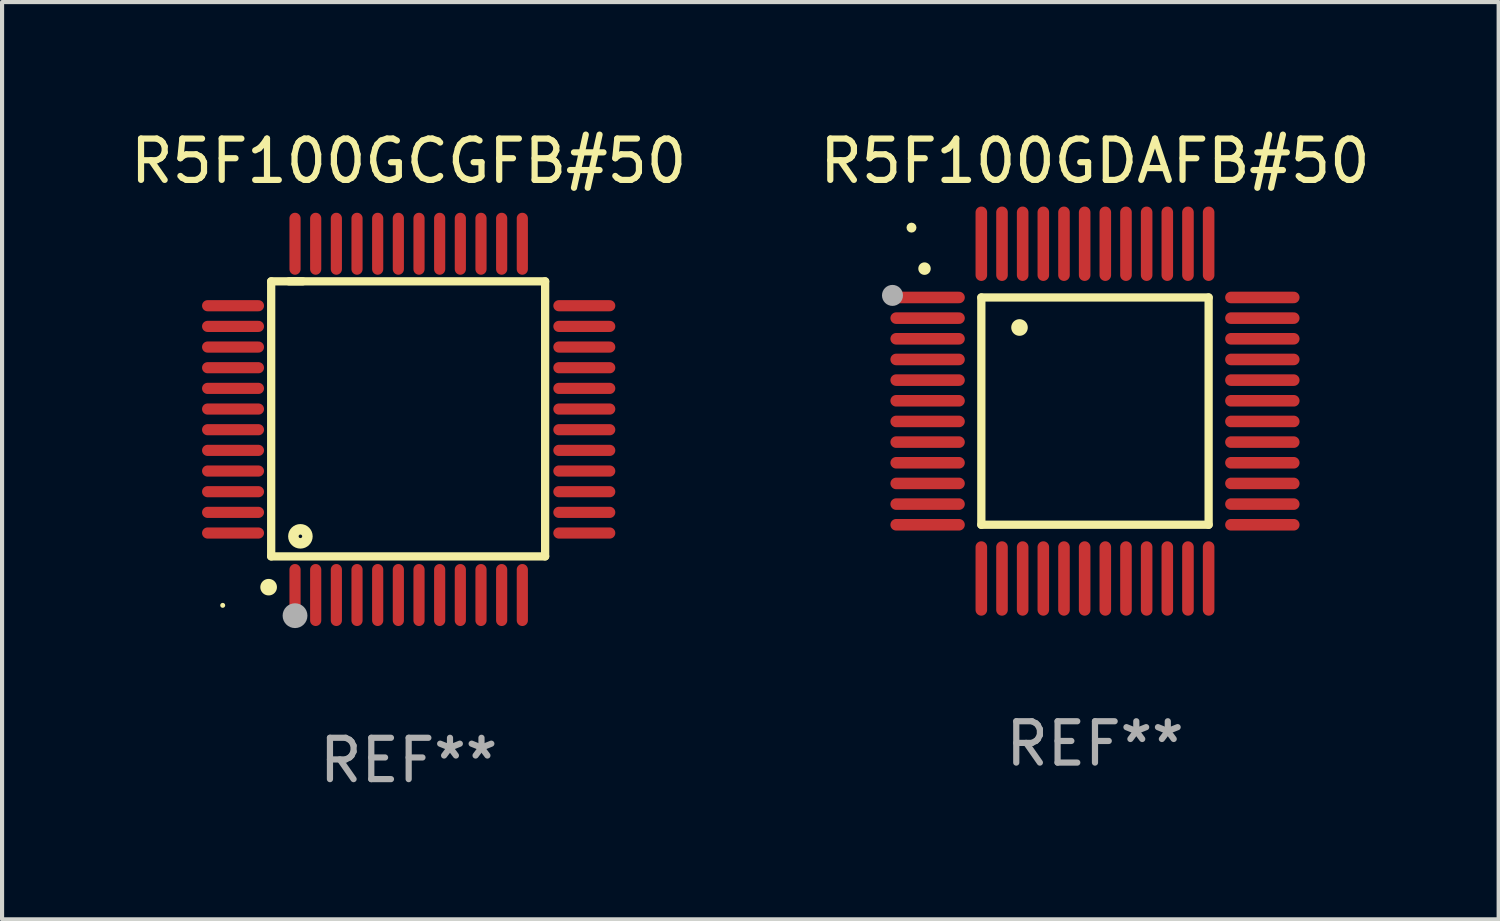
<source format=kicad_pcb>
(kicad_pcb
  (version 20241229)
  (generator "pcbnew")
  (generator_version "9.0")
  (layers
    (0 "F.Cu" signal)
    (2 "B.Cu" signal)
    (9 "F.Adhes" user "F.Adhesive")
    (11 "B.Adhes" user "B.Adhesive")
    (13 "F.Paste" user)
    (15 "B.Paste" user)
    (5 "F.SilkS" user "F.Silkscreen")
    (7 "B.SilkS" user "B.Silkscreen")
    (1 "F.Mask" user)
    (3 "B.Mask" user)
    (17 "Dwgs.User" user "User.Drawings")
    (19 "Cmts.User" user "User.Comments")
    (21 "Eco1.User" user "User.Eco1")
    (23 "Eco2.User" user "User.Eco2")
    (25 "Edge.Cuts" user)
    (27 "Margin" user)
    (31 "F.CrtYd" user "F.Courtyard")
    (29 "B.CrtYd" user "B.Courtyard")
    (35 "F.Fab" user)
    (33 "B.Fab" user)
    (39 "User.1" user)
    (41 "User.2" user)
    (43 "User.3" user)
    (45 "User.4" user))
  (footprint "R5F100GDAFB#50"
    (layer "F.Cu")
    (at 23.446 6.898)
    (property "Reference" "R5F100GDAFB#50" (at 0 -6.05 0) (layer "F.SilkS") (effects (font (size 1 1) (thickness 0.15))))
    (attr through_hole)
    (fp_line (start -2.75 -2.75) (end 2.75 -2.75) (stroke (width 0.2) (type solid)) (layer "F.SilkS"))
    (fp_line (start -2.75 2.75) (end -2.75 -2.75) (stroke (width 0.2) (type solid)) (layer "F.SilkS"))
    (fp_line (start 2.75 -2.75) (end 2.75 2.75) (stroke (width 0.2) (type solid)) (layer "F.SilkS"))
    (fp_line (start 2.75 2.75) (end -2.75 2.75) (stroke (width 0.2) (type solid)) (layer "F.SilkS"))
    (fp_arc (start -4.124968 -3.446787) (mid -4.124973 -3.448057) (end -4.124968 -3.449327) (stroke (width 0.3) (type solid)) (layer "F.SilkS"))
    (fp_arc (start -1.826264 -2.021844) (mid -1.826268 -2.023114) (end -1.826264 -2.024384) (stroke (width 0.4) (type solid)) (layer "F.SilkS"))
    (fp_circle (center -4.44 -4.44) (end -4.38 -4.44) (stroke (width 0.12) (type solid)) (fill no) (layer "F.SilkS"))
    (fp_circle (center -4.9 -2.8) (end -4.773 -2.8) (stroke (width 0.254) (type solid)) (fill no) (layer "F.Fab"))
    (fp_text user "REF**" (at 0 8.05 0) (layer "F.Fab") (effects (font (size 1 1) (thickness 0.15))))
    (pad "1" smd oval (at -4.05 -2.75 90) (size 0.28 1.8) (layers "F.Cu" "F.Mask" "F.Paste"))
    (pad "2" smd oval (at -4.05 -2.25 90) (size 0.28 1.8) (layers "F.Cu" "F.Mask" "F.Paste"))
    (pad "3" smd oval (at -4.05 -1.75 90) (size 0.28 1.8) (layers "F.Cu" "F.Mask" "F.Paste"))
    (pad "4" smd oval (at -4.05 -1.25 90) (size 0.28 1.8) (layers "F.Cu" "F.Mask" "F.Paste"))
    (pad "5" smd oval (at -4.05 -0.75 90) (size 0.28 1.8) (layers "F.Cu" "F.Mask" "F.Paste"))
    (pad "6" smd oval (at -4.05 -0.25 90) (size 0.28 1.8) (layers "F.Cu" "F.Mask" "F.Paste"))
    (pad "7" smd oval (at -4.05 0.25 90) (size 0.28 1.8) (layers "F.Cu" "F.Mask" "F.Paste"))
    (pad "8" smd oval (at -4.05 0.75 90) (size 0.28 1.8) (layers "F.Cu" "F.Mask" "F.Paste"))
    (pad "9" smd oval (at -4.05 1.25 90) (size 0.28 1.8) (layers "F.Cu" "F.Mask" "F.Paste"))
    (pad "10" smd oval (at -4.05 1.75 90) (size 0.28 1.8) (layers "F.Cu" "F.Mask" "F.Paste"))
    (pad "11" smd oval (at -4.05 2.25 90) (size 0.28 1.8) (layers "F.Cu" "F.Mask" "F.Paste"))
    (pad "12" smd oval (at -4.05 2.75 90) (size 0.28 1.8) (layers "F.Cu" "F.Mask" "F.Paste"))
    (pad "13" smd oval (at -2.75 4.05) (size 0.28 1.8) (layers "F.Cu" "F.Mask" "F.Paste"))
    (pad "14" smd oval (at -2.25 4.05) (size 0.28 1.8) (layers "F.Cu" "F.Mask" "F.Paste"))
    (pad "15" smd oval (at -1.75 4.05) (size 0.28 1.8) (layers "F.Cu" "F.Mask" "F.Paste"))
    (pad "16" smd oval (at -1.25 4.05) (size 0.28 1.8) (layers "F.Cu" "F.Mask" "F.Paste"))
    (pad "17" smd oval (at -0.75 4.05) (size 0.28 1.8) (layers "F.Cu" "F.Mask" "F.Paste"))
    (pad "18" smd oval (at -0.25 4.05) (size 0.28 1.8) (layers "F.Cu" "F.Mask" "F.Paste"))
    (pad "19" smd oval (at 0.25 4.05) (size 0.28 1.8) (layers "F.Cu" "F.Mask" "F.Paste"))
    (pad "20" smd oval (at 0.75 4.05) (size 0.28 1.8) (layers "F.Cu" "F.Mask" "F.Paste"))
    (pad "21" smd oval (at 1.25 4.05) (size 0.28 1.8) (layers "F.Cu" "F.Mask" "F.Paste"))
    (pad "22" smd oval (at 1.75 4.05) (size 0.28 1.8) (layers "F.Cu" "F.Mask" "F.Paste"))
    (pad "23" smd oval (at 2.25 4.05) (size 0.28 1.8) (layers "F.Cu" "F.Mask" "F.Paste"))
    (pad "24" smd oval (at 2.75 4.05) (size 0.28 1.8) (layers "F.Cu" "F.Mask" "F.Paste"))
    (pad "25" smd oval (at 4.05 2.75 90) (size 0.28 1.8) (layers "F.Cu" "F.Mask" "F.Paste"))
    (pad "26" smd oval (at 4.05 2.25 90) (size 0.28 1.8) (layers "F.Cu" "F.Mask" "F.Paste"))
    (pad "27" smd oval (at 4.05 1.75 90) (size 0.28 1.8) (layers "F.Cu" "F.Mask" "F.Paste"))
    (pad "28" smd oval (at 4.05 1.25 90) (size 0.28 1.8) (layers "F.Cu" "F.Mask" "F.Paste"))
    (pad "29" smd oval (at 4.05 0.75 90) (size 0.28 1.8) (layers "F.Cu" "F.Mask" "F.Paste"))
    (pad "30" smd oval (at 4.05 0.25 90) (size 0.28 1.8) (layers "F.Cu" "F.Mask" "F.Paste"))
    (pad "31" smd oval (at 4.05 -0.25 90) (size 0.28 1.8) (layers "F.Cu" "F.Mask" "F.Paste"))
    (pad "32" smd oval (at 4.05 -0.75 90) (size 0.28 1.8) (layers "F.Cu" "F.Mask" "F.Paste"))
    (pad "33" smd oval (at 4.05 -1.25 90) (size 0.28 1.8) (layers "F.Cu" "F.Mask" "F.Paste"))
    (pad "34" smd oval (at 4.05 -1.75 90) (size 0.28 1.8) (layers "F.Cu" "F.Mask" "F.Paste"))
    (pad "35" smd oval (at 4.05 -2.25 90) (size 0.28 1.8) (layers "F.Cu" "F.Mask" "F.Paste"))
    (pad "36" smd oval (at 4.05 -2.75 90) (size 0.28 1.8) (layers "F.Cu" "F.Mask" "F.Paste"))
    (pad "37" smd oval (at 2.75 -4.05) (size 0.28 1.8) (layers "F.Cu" "F.Mask" "F.Paste"))
    (pad "38" smd oval (at 2.25 -4.05) (size 0.28 1.8) (layers "F.Cu" "F.Mask" "F.Paste"))
    (pad "39" smd oval (at 1.75 -4.05) (size 0.28 1.8) (layers "F.Cu" "F.Mask" "F.Paste"))
    (pad "40" smd oval (at 1.25 -4.05) (size 0.28 1.8) (layers "F.Cu" "F.Mask" "F.Paste"))
    (pad "41" smd oval (at 0.75 -4.05) (size 0.28 1.8) (layers "F.Cu" "F.Mask" "F.Paste"))
    (pad "42" smd oval (at 0.25 -4.05) (size 0.28 1.8) (layers "F.Cu" "F.Mask" "F.Paste"))
    (pad "43" smd oval (at -0.25 -4.05) (size 0.28 1.8) (layers "F.Cu" "F.Mask" "F.Paste"))
    (pad "44" smd oval (at -0.75 -4.05) (size 0.28 1.8) (layers "F.Cu" "F.Mask" "F.Paste"))
    (pad "45" smd oval (at -1.25 -4.05) (size 0.28 1.8) (layers "F.Cu" "F.Mask" "F.Paste"))
    (pad "46" smd oval (at -1.75 -4.05) (size 0.28 1.8) (layers "F.Cu" "F.Mask" "F.Paste"))
    (pad "47" smd oval (at -2.25 -4.05) (size 0.28 1.8) (layers "F.Cu" "F.Mask" "F.Paste"))
    (pad "48" smd oval (at -2.75 -4.05) (size 0.28 1.8) (layers "F.Cu" "F.Mask" "F.Paste")))
  (footprint "R5F100GCGFB#50"
    (layer "F.Cu")
    (at 6.839 7.098)
    (property "Reference" "R5F100GCGFB#50" (at 0 -6.25 0) (layer "F.SilkS") (effects (font (size 1 1) (thickness 0.15))))
    (attr through_hole)
    (fp_line (start -3.327 -3.34) (end -2.565 -3.34) (stroke (width 0.2) (type solid)) (layer "F.SilkS"))
    (fp_line (start -3.327 3.315) (end -3.327 -3.34) (stroke (width 0.2) (type solid)) (layer "F.SilkS"))
    (fp_line (start -2.896 -3.34) (end 3.302 -3.34) (stroke (width 0.2) (type solid)) (layer "F.SilkS"))
    (fp_line (start 3.302 -3.34) (end 3.302 3.315) (stroke (width 0.2) (type solid)) (layer "F.SilkS"))
    (fp_line (start 3.302 3.315) (end -3.327 3.315) (stroke (width 0.2) (type solid)) (layer "F.SilkS"))
    (fp_arc (start -3.389992 4.059995) (mid -3.388722 4.059991) (end -3.387452 4.059995) (stroke (width 0.4) (type solid)) (layer "F.SilkS"))
    (fp_circle (center -4.5 4.5) (end -4.47 4.5) (stroke (width 0.06) (type solid)) (fill no) (layer "F.SilkS"))
    (fp_circle (center -2.62 2.83) (end -2.45 2.83) (stroke (width 0.254) (type solid)) (fill no) (layer "F.SilkS"))
    (fp_circle (center -2.75 4.75) (end -2.6 4.75) (stroke (width 0.3) (type solid)) (fill no) (layer "F.Fab"))
    (fp_text user "REF**" (at 0 8.25 0) (layer "F.Fab") (effects (font (size 1 1) (thickness 0.15))))
    (pad "1" smd oval (at -2.75 4.25) (size 0.27 1.5) (layers "F.Cu" "F.Mask" "F.Paste"))
    (pad "2" smd oval (at -2.25 4.25) (size 0.27 1.5) (layers "F.Cu" "F.Mask" "F.Paste"))
    (pad "3" smd oval (at -1.75 4.25) (size 0.27 1.5) (layers "F.Cu" "F.Mask" "F.Paste"))
    (pad "4" smd oval (at -1.25 4.25) (size 0.27 1.5) (layers "F.Cu" "F.Mask" "F.Paste"))
    (pad "5" smd oval (at -0.75 4.25) (size 0.27 1.5) (layers "F.Cu" "F.Mask" "F.Paste"))
    (pad "6" smd oval (at -0.25 4.25) (size 0.27 1.5) (layers "F.Cu" "F.Mask" "F.Paste"))
    (pad "7" smd oval (at 0.25 4.25) (size 0.27 1.5) (layers "F.Cu" "F.Mask" "F.Paste"))
    (pad "8" smd oval (at 0.75 4.25) (size 0.27 1.5) (layers "F.Cu" "F.Mask" "F.Paste"))
    (pad "9" smd oval (at 1.25 4.25) (size 0.27 1.5) (layers "F.Cu" "F.Mask" "F.Paste"))
    (pad "10" smd oval (at 1.75 4.25) (size 0.27 1.5) (layers "F.Cu" "F.Mask" "F.Paste"))
    (pad "11" smd oval (at 2.25 4.25) (size 0.27 1.5) (layers "F.Cu" "F.Mask" "F.Paste"))
    (pad "12" smd oval (at 2.75 4.25) (size 0.27 1.5) (layers "F.Cu" "F.Mask" "F.Paste"))
    (pad "13" smd oval (at 4.25 2.75) (size 1.5 0.27) (layers "F.Cu" "F.Mask" "F.Paste"))
    (pad "14" smd oval (at 4.25 2.25) (size 1.5 0.27) (layers "F.Cu" "F.Mask" "F.Paste"))
    (pad "15" smd oval (at 4.25 1.75) (size 1.5 0.27) (layers "F.Cu" "F.Mask" "F.Paste"))
    (pad "16" smd oval (at 4.25 1.25) (size 1.5 0.27) (layers "F.Cu" "F.Mask" "F.Paste"))
    (pad "17" smd oval (at 4.25 0.75) (size 1.5 0.27) (layers "F.Cu" "F.Mask" "F.Paste"))
    (pad "18" smd oval (at 4.25 0.25) (size 1.5 0.27) (layers "F.Cu" "F.Mask" "F.Paste"))
    (pad "19" smd oval (at 4.25 -0.25) (size 1.5 0.27) (layers "F.Cu" "F.Mask" "F.Paste"))
    (pad "20" smd oval (at 4.25 -0.75) (size 1.5 0.27) (layers "F.Cu" "F.Mask" "F.Paste"))
    (pad "21" smd oval (at 4.25 -1.25) (size 1.5 0.27) (layers "F.Cu" "F.Mask" "F.Paste"))
    (pad "22" smd oval (at 4.25 -1.75) (size 1.5 0.27) (layers "F.Cu" "F.Mask" "F.Paste"))
    (pad "23" smd oval (at 4.25 -2.25) (size 1.5 0.27) (layers "F.Cu" "F.Mask" "F.Paste"))
    (pad "24" smd oval (at 4.25 -2.75) (size 1.5 0.27) (layers "F.Cu" "F.Mask" "F.Paste"))
    (pad "25" smd oval (at 2.75 -4.25) (size 0.27 1.5) (layers "F.Cu" "F.Mask" "F.Paste"))
    (pad "26" smd oval (at 2.25 -4.25) (size 0.27 1.5) (layers "F.Cu" "F.Mask" "F.Paste"))
    (pad "27" smd oval (at 1.75 -4.25) (size 0.27 1.5) (layers "F.Cu" "F.Mask" "F.Paste"))
    (pad "28" smd oval (at 1.25 -4.25) (size 0.27 1.5) (layers "F.Cu" "F.Mask" "F.Paste"))
    (pad "29" smd oval (at 0.75 -4.25) (size 0.27 1.5) (layers "F.Cu" "F.Mask" "F.Paste"))
    (pad "30" smd oval (at 0.25 -4.25) (size 0.27 1.5) (layers "F.Cu" "F.Mask" "F.Paste"))
    (pad "31" smd oval (at -0.25 -4.25) (size 0.27 1.5) (layers "F.Cu" "F.Mask" "F.Paste"))
    (pad "32" smd oval (at -0.75 -4.25) (size 0.27 1.5) (layers "F.Cu" "F.Mask" "F.Paste"))
    (pad "33" smd oval (at -1.25 -4.25) (size 0.27 1.5) (layers "F.Cu" "F.Mask" "F.Paste"))
    (pad "34" smd oval (at -1.75 -4.25) (size 0.27 1.5) (layers "F.Cu" "F.Mask" "F.Paste"))
    (pad "35" smd oval (at -2.25 -4.25) (size 0.27 1.5) (layers "F.Cu" "F.Mask" "F.Paste"))
    (pad "36" smd oval (at -2.75 -4.25) (size 0.27 1.5) (layers "F.Cu" "F.Mask" "F.Paste"))
    (pad "37" smd oval (at -4.25 -2.75) (size 1.5 0.27) (layers "F.Cu" "F.Mask" "F.Paste"))
    (pad "38" smd oval (at -4.25 -2.25) (size 1.5 0.27) (layers "F.Cu" "F.Mask" "F.Paste"))
    (pad "39" smd oval (at -4.25 -1.75) (size 1.5 0.27) (layers "F.Cu" "F.Mask" "F.Paste"))
    (pad "40" smd oval (at -4.25 -1.25) (size 1.5 0.27) (layers "F.Cu" "F.Mask" "F.Paste"))
    (pad "41" smd oval (at -4.25 -0.75) (size 1.5 0.27) (layers "F.Cu" "F.Mask" "F.Paste"))
    (pad "42" smd oval (at -4.25 -0.25) (size 1.5 0.27) (layers "F.Cu" "F.Mask" "F.Paste"))
    (pad "43" smd oval (at -4.25 0.25) (size 1.5 0.27) (layers "F.Cu" "F.Mask" "F.Paste"))
    (pad "44" smd oval (at -4.25 0.75) (size 1.5 0.27) (layers "F.Cu" "F.Mask" "F.Paste"))
    (pad "45" smd oval (at -4.25 1.25) (size 1.5 0.27) (layers "F.Cu" "F.Mask" "F.Paste"))
    (pad "46" smd oval (at -4.25 1.75) (size 1.5 0.27) (layers "F.Cu" "F.Mask" "F.Paste"))
    (pad "47" smd oval (at -4.25 2.25) (size 1.5 0.27) (layers "F.Cu" "F.Mask" "F.Paste"))
    (pad "48" smd oval (at -4.25 2.75) (size 1.5 0.27) (layers "F.Cu" "F.Mask" "F.Paste")))
  (gr_rect
    (start -3 -3)
    (end 33.214 19.196)
    (stroke (width 0.1) (type default))
    (fill no)
    (layer "Edge.Cuts")))
</source>
